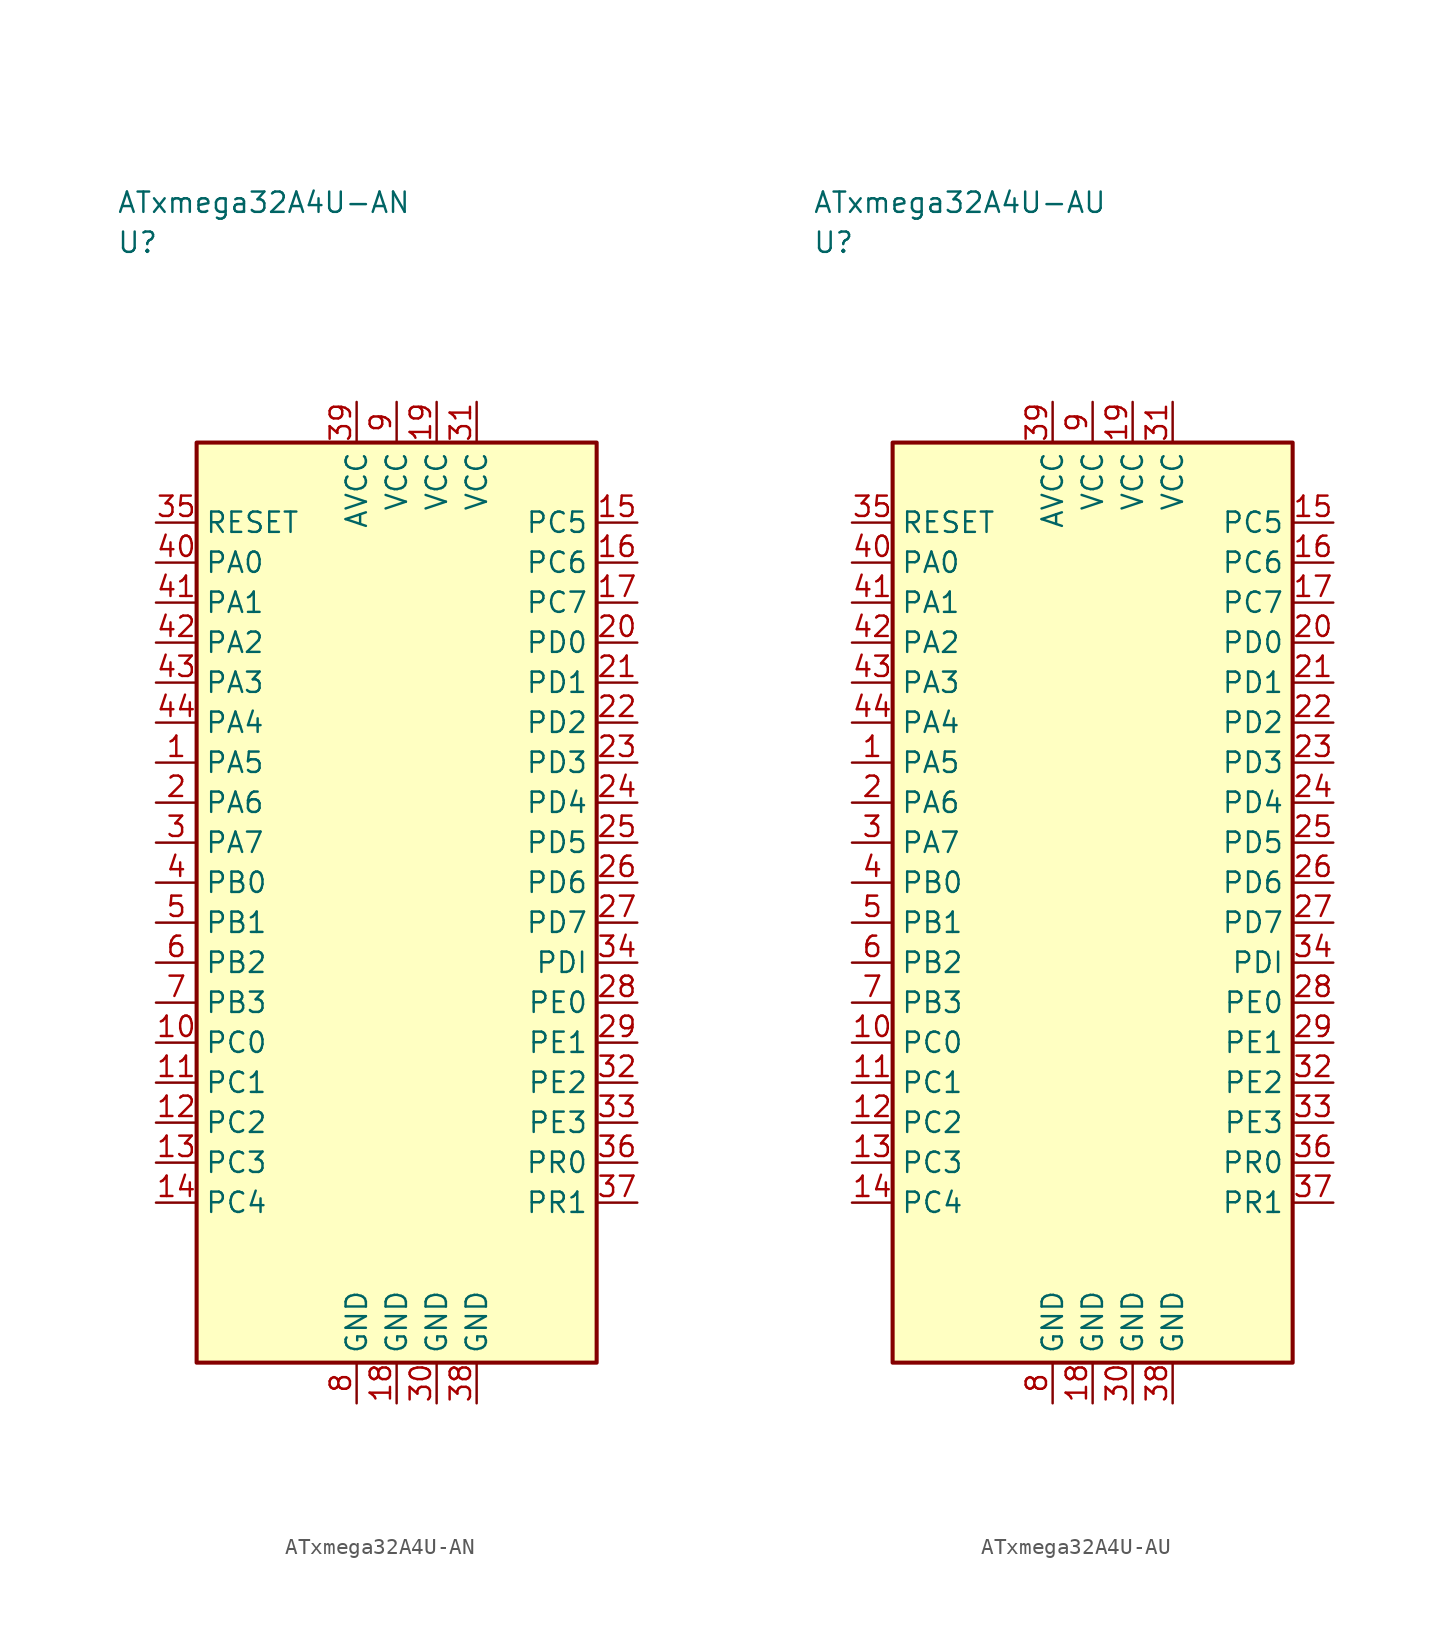
<source format=kicad_sym>
(kicad_symbol_lib
  (version 20241025)
  (generator "kicad_symbol_editor")
  (generator_version "8.0")
  (symbol "ATxmega32A4U-AN"
    (property "Reference" "U"
      (at -17.5 41.25 0)
      (effects (font (size 1.27 1.27)) (justify left)))
    (property "Value" "ATxmega32A4U-AN"
      (at -17.5 43.75 0)
      (effects (font (size 1.27 1.27)) (justify left)))
    (symbol "ATxmega32A4U-AN_0_1"
      (rectangle (start -12.5 28.75) (end 12.5 -28.75) (stroke (width 0.254) (type default)) (fill (type background))))
    (symbol "ATxmega32A4U-AN_1_1"
      (pin bidirectional line (at -15.04 8.75 0.0) (length 2.54) (name "PA5" (effects (font (size 1.27 1.27)))) (number "1" (effects (font (size 1.27 1.27)))))
      (pin bidirectional line (at -15.04 6.25 0.0) (length 2.54) (name "PA6" (effects (font (size 1.27 1.27)))) (number "2" (effects (font (size 1.27 1.27)))))
      (pin bidirectional line (at -15.04 3.75 0.0) (length 2.54) (name "PA7" (effects (font (size 1.27 1.27)))) (number "3" (effects (font (size 1.27 1.27)))))
      (pin bidirectional line (at -15.04 1.25 0.0) (length 2.54) (name "PB0" (effects (font (size 1.27 1.27)))) (number "4" (effects (font (size 1.27 1.27)))))
      (pin bidirectional line (at -15.04 -1.25 0.0) (length 2.54) (name "PB1" (effects (font (size 1.27 1.27)))) (number "5" (effects (font (size 1.27 1.27)))))
      (pin bidirectional line (at -15.04 -3.75 0.0) (length 2.54) (name "PB2" (effects (font (size 1.27 1.27)))) (number "6" (effects (font (size 1.27 1.27)))))
      (pin bidirectional line (at -15.04 -6.25 0.0) (length 2.54) (name "PB3" (effects (font (size 1.27 1.27)))) (number "7" (effects (font (size 1.27 1.27)))))
      (pin passive line (at -2.5 -31.29 90.0) (length 2.54) (name "GND" (effects (font (size 1.27 1.27)))) (number "8" (effects (font (size 1.27 1.27)))))
      (pin power_in line (at 0.0 31.29 270.0) (length 2.54) (name "VCC" (effects (font (size 1.27 1.27)))) (number "9" (effects (font (size 1.27 1.27)))))
      (pin bidirectional line (at -15.04 -8.75 0.0) (length 2.54) (name "PC0" (effects (font (size 1.27 1.27)))) (number "10" (effects (font (size 1.27 1.27)))))
      (pin bidirectional line (at -15.04 -11.25 0.0) (length 2.54) (name "PC1" (effects (font (size 1.27 1.27)))) (number "11" (effects (font (size 1.27 1.27)))))
      (pin bidirectional line (at -15.04 -13.75 0.0) (length 2.54) (name "PC2" (effects (font (size 1.27 1.27)))) (number "12" (effects (font (size 1.27 1.27)))))
      (pin bidirectional line (at -15.04 -16.25 0.0) (length 2.54) (name "PC3" (effects (font (size 1.27 1.27)))) (number "13" (effects (font (size 1.27 1.27)))))
      (pin bidirectional line (at -15.04 -18.75 0.0) (length 2.54) (name "PC4" (effects (font (size 1.27 1.27)))) (number "14" (effects (font (size 1.27 1.27)))))
      (pin bidirectional line (at 15.04 23.75 180.0) (length 2.54) (name "PC5" (effects (font (size 1.27 1.27)))) (number "15" (effects (font (size 1.27 1.27)))))
      (pin bidirectional line (at 15.04 21.25 180.0) (length 2.54) (name "PC6" (effects (font (size 1.27 1.27)))) (number "16" (effects (font (size 1.27 1.27)))))
      (pin bidirectional line (at 15.04 18.75 180.0) (length 2.54) (name "PC7" (effects (font (size 1.27 1.27)))) (number "17" (effects (font (size 1.27 1.27)))))
      (pin passive line (at 0.0 -31.29 90.0) (length 2.54) (name "GND" (effects (font (size 1.27 1.27)))) (number "18" (effects (font (size 1.27 1.27)))))
      (pin power_in line (at 2.5 31.29 270.0) (length 2.54) (name "VCC" (effects (font (size 1.27 1.27)))) (number "19" (effects (font (size 1.27 1.27)))))
      (pin bidirectional line (at 15.04 16.25 180.0) (length 2.54) (name "PD0" (effects (font (size 1.27 1.27)))) (number "20" (effects (font (size 1.27 1.27)))))
      (pin bidirectional line (at 15.04 13.75 180.0) (length 2.54) (name "PD1" (effects (font (size 1.27 1.27)))) (number "21" (effects (font (size 1.27 1.27)))))
      (pin bidirectional line (at 15.04 11.25 180.0) (length 2.54) (name "PD2" (effects (font (size 1.27 1.27)))) (number "22" (effects (font (size 1.27 1.27)))))
      (pin bidirectional line (at 15.04 8.75 180.0) (length 2.54) (name "PD3" (effects (font (size 1.27 1.27)))) (number "23" (effects (font (size 1.27 1.27)))))
      (pin bidirectional line (at 15.04 6.25 180.0) (length 2.54) (name "PD4" (effects (font (size 1.27 1.27)))) (number "24" (effects (font (size 1.27 1.27)))))
      (pin bidirectional line (at 15.04 3.75 180.0) (length 2.54) (name "PD5" (effects (font (size 1.27 1.27)))) (number "25" (effects (font (size 1.27 1.27)))))
      (pin bidirectional line (at 15.04 1.25 180.0) (length 2.54) (name "PD6" (effects (font (size 1.27 1.27)))) (number "26" (effects (font (size 1.27 1.27)))))
      (pin bidirectional line (at 15.04 -1.25 180.0) (length 2.54) (name "PD7" (effects (font (size 1.27 1.27)))) (number "27" (effects (font (size 1.27 1.27)))))
      (pin bidirectional line (at 15.04 -6.25 180.0) (length 2.54) (name "PE0" (effects (font (size 1.27 1.27)))) (number "28" (effects (font (size 1.27 1.27)))))
      (pin bidirectional line (at 15.04 -8.75 180.0) (length 2.54) (name "PE1" (effects (font (size 1.27 1.27)))) (number "29" (effects (font (size 1.27 1.27)))))
      (pin passive line (at 2.5 -31.29 90.0) (length 2.54) (name "GND" (effects (font (size 1.27 1.27)))) (number "30" (effects (font (size 1.27 1.27)))))
      (pin power_in line (at 5.0 31.29 270.0) (length 2.54) (name "VCC" (effects (font (size 1.27 1.27)))) (number "31" (effects (font (size 1.27 1.27)))))
      (pin bidirectional line (at 15.04 -11.25 180.0) (length 2.54) (name "PE2" (effects (font (size 1.27 1.27)))) (number "32" (effects (font (size 1.27 1.27)))))
      (pin bidirectional line (at 15.04 -13.75 180.0) (length 2.54) (name "PE3" (effects (font (size 1.27 1.27)))) (number "33" (effects (font (size 1.27 1.27)))))
      (pin bidirectional line (at 15.04 -3.75 180.0) (length 2.54) (name "PDI" (effects (font (size 1.27 1.27)))) (number "34" (effects (font (size 1.27 1.27)))))
      (pin input line (at -15.04 23.75 0.0) (length 2.54) (name "RESET" (effects (font (size 1.27 1.27)))) (number "35" (effects (font (size 1.27 1.27)))))
      (pin bidirectional line (at 15.04 -16.25 180.0) (length 2.54) (name "PR0" (effects (font (size 1.27 1.27)))) (number "36" (effects (font (size 1.27 1.27)))))
      (pin bidirectional line (at 15.04 -18.75 180.0) (length 2.54) (name "PR1" (effects (font (size 1.27 1.27)))) (number "37" (effects (font (size 1.27 1.27)))))
      (pin passive line (at 5.0 -31.29 90.0) (length 2.54) (name "GND" (effects (font (size 1.27 1.27)))) (number "38" (effects (font (size 1.27 1.27)))))
      (pin power_in line (at -2.5 31.29 270.0) (length 2.54) (name "AVCC" (effects (font (size 1.27 1.27)))) (number "39" (effects (font (size 1.27 1.27)))))
      (pin bidirectional line (at -15.04 21.25 0.0) (length 2.54) (name "PA0" (effects (font (size 1.27 1.27)))) (number "40" (effects (font (size 1.27 1.27)))))
      (pin bidirectional line (at -15.04 18.75 0.0) (length 2.54) (name "PA1" (effects (font (size 1.27 1.27)))) (number "41" (effects (font (size 1.27 1.27)))))
      (pin bidirectional line (at -15.04 16.25 0.0) (length 2.54) (name "PA2" (effects (font (size 1.27 1.27)))) (number "42" (effects (font (size 1.27 1.27)))))
      (pin bidirectional line (at -15.04 13.75 0.0) (length 2.54) (name "PA3" (effects (font (size 1.27 1.27)))) (number "43" (effects (font (size 1.27 1.27)))))
      (pin bidirectional line (at -15.04 11.25 0.0) (length 2.54) (name "PA4" (effects (font (size 1.27 1.27)))) (number "44" (effects (font (size 1.27 1.27)))))))
  (symbol "ATxmega32A4U-AU"
    (property "Reference" "U"
      (at -17.5 41.25 0)
      (effects (font (size 1.27 1.27)) (justify left)))
    (property "Value" "ATxmega32A4U-AU"
      (at -17.5 43.75 0)
      (effects (font (size 1.27 1.27)) (justify left)))
    (symbol "ATxmega32A4U-AU_0_1"
      (rectangle (start -12.5 28.75) (end 12.5 -28.75) (stroke (width 0.254) (type default)) (fill (type background))))
    (symbol "ATxmega32A4U-AU_1_1"
      (pin bidirectional line (at -15.04 8.75 0.0) (length 2.54) (name "PA5" (effects (font (size 1.27 1.27)))) (number "1" (effects (font (size 1.27 1.27)))))
      (pin bidirectional line (at -15.04 6.25 0.0) (length 2.54) (name "PA6" (effects (font (size 1.27 1.27)))) (number "2" (effects (font (size 1.27 1.27)))))
      (pin bidirectional line (at -15.04 3.75 0.0) (length 2.54) (name "PA7" (effects (font (size 1.27 1.27)))) (number "3" (effects (font (size 1.27 1.27)))))
      (pin bidirectional line (at -15.04 1.25 0.0) (length 2.54) (name "PB0" (effects (font (size 1.27 1.27)))) (number "4" (effects (font (size 1.27 1.27)))))
      (pin bidirectional line (at -15.04 -1.25 0.0) (length 2.54) (name "PB1" (effects (font (size 1.27 1.27)))) (number "5" (effects (font (size 1.27 1.27)))))
      (pin bidirectional line (at -15.04 -3.75 0.0) (length 2.54) (name "PB2" (effects (font (size 1.27 1.27)))) (number "6" (effects (font (size 1.27 1.27)))))
      (pin bidirectional line (at -15.04 -6.25 0.0) (length 2.54) (name "PB3" (effects (font (size 1.27 1.27)))) (number "7" (effects (font (size 1.27 1.27)))))
      (pin passive line (at -2.5 -31.29 90.0) (length 2.54) (name "GND" (effects (font (size 1.27 1.27)))) (number "8" (effects (font (size 1.27 1.27)))))
      (pin power_in line (at 0.0 31.29 270.0) (length 2.54) (name "VCC" (effects (font (size 1.27 1.27)))) (number "9" (effects (font (size 1.27 1.27)))))
      (pin bidirectional line (at -15.04 -8.75 0.0) (length 2.54) (name "PC0" (effects (font (size 1.27 1.27)))) (number "10" (effects (font (size 1.27 1.27)))))
      (pin bidirectional line (at -15.04 -11.25 0.0) (length 2.54) (name "PC1" (effects (font (size 1.27 1.27)))) (number "11" (effects (font (size 1.27 1.27)))))
      (pin bidirectional line (at -15.04 -13.75 0.0) (length 2.54) (name "PC2" (effects (font (size 1.27 1.27)))) (number "12" (effects (font (size 1.27 1.27)))))
      (pin bidirectional line (at -15.04 -16.25 0.0) (length 2.54) (name "PC3" (effects (font (size 1.27 1.27)))) (number "13" (effects (font (size 1.27 1.27)))))
      (pin bidirectional line (at -15.04 -18.75 0.0) (length 2.54) (name "PC4" (effects (font (size 1.27 1.27)))) (number "14" (effects (font (size 1.27 1.27)))))
      (pin bidirectional line (at 15.04 23.75 180.0) (length 2.54) (name "PC5" (effects (font (size 1.27 1.27)))) (number "15" (effects (font (size 1.27 1.27)))))
      (pin bidirectional line (at 15.04 21.25 180.0) (length 2.54) (name "PC6" (effects (font (size 1.27 1.27)))) (number "16" (effects (font (size 1.27 1.27)))))
      (pin bidirectional line (at 15.04 18.75 180.0) (length 2.54) (name "PC7" (effects (font (size 1.27 1.27)))) (number "17" (effects (font (size 1.27 1.27)))))
      (pin passive line (at 0.0 -31.29 90.0) (length 2.54) (name "GND" (effects (font (size 1.27 1.27)))) (number "18" (effects (font (size 1.27 1.27)))))
      (pin power_in line (at 2.5 31.29 270.0) (length 2.54) (name "VCC" (effects (font (size 1.27 1.27)))) (number "19" (effects (font (size 1.27 1.27)))))
      (pin bidirectional line (at 15.04 16.25 180.0) (length 2.54) (name "PD0" (effects (font (size 1.27 1.27)))) (number "20" (effects (font (size 1.27 1.27)))))
      (pin bidirectional line (at 15.04 13.75 180.0) (length 2.54) (name "PD1" (effects (font (size 1.27 1.27)))) (number "21" (effects (font (size 1.27 1.27)))))
      (pin bidirectional line (at 15.04 11.25 180.0) (length 2.54) (name "PD2" (effects (font (size 1.27 1.27)))) (number "22" (effects (font (size 1.27 1.27)))))
      (pin bidirectional line (at 15.04 8.75 180.0) (length 2.54) (name "PD3" (effects (font (size 1.27 1.27)))) (number "23" (effects (font (size 1.27 1.27)))))
      (pin bidirectional line (at 15.04 6.25 180.0) (length 2.54) (name "PD4" (effects (font (size 1.27 1.27)))) (number "24" (effects (font (size 1.27 1.27)))))
      (pin bidirectional line (at 15.04 3.75 180.0) (length 2.54) (name "PD5" (effects (font (size 1.27 1.27)))) (number "25" (effects (font (size 1.27 1.27)))))
      (pin bidirectional line (at 15.04 1.25 180.0) (length 2.54) (name "PD6" (effects (font (size 1.27 1.27)))) (number "26" (effects (font (size 1.27 1.27)))))
      (pin bidirectional line (at 15.04 -1.25 180.0) (length 2.54) (name "PD7" (effects (font (size 1.27 1.27)))) (number "27" (effects (font (size 1.27 1.27)))))
      (pin bidirectional line (at 15.04 -6.25 180.0) (length 2.54) (name "PE0" (effects (font (size 1.27 1.27)))) (number "28" (effects (font (size 1.27 1.27)))))
      (pin bidirectional line (at 15.04 -8.75 180.0) (length 2.54) (name "PE1" (effects (font (size 1.27 1.27)))) (number "29" (effects (font (size 1.27 1.27)))))
      (pin passive line (at 2.5 -31.29 90.0) (length 2.54) (name "GND" (effects (font (size 1.27 1.27)))) (number "30" (effects (font (size 1.27 1.27)))))
      (pin power_in line (at 5.0 31.29 270.0) (length 2.54) (name "VCC" (effects (font (size 1.27 1.27)))) (number "31" (effects (font (size 1.27 1.27)))))
      (pin bidirectional line (at 15.04 -11.25 180.0) (length 2.54) (name "PE2" (effects (font (size 1.27 1.27)))) (number "32" (effects (font (size 1.27 1.27)))))
      (pin bidirectional line (at 15.04 -13.75 180.0) (length 2.54) (name "PE3" (effects (font (size 1.27 1.27)))) (number "33" (effects (font (size 1.27 1.27)))))
      (pin bidirectional line (at 15.04 -3.75 180.0) (length 2.54) (name "PDI" (effects (font (size 1.27 1.27)))) (number "34" (effects (font (size 1.27 1.27)))))
      (pin input line (at -15.04 23.75 0.0) (length 2.54) (name "RESET" (effects (font (size 1.27 1.27)))) (number "35" (effects (font (size 1.27 1.27)))))
      (pin bidirectional line (at 15.04 -16.25 180.0) (length 2.54) (name "PR0" (effects (font (size 1.27 1.27)))) (number "36" (effects (font (size 1.27 1.27)))))
      (pin bidirectional line (at 15.04 -18.75 180.0) (length 2.54) (name "PR1" (effects (font (size 1.27 1.27)))) (number "37" (effects (font (size 1.27 1.27)))))
      (pin passive line (at 5.0 -31.29 90.0) (length 2.54) (name "GND" (effects (font (size 1.27 1.27)))) (number "38" (effects (font (size 1.27 1.27)))))
      (pin power_in line (at -2.5 31.29 270.0) (length 2.54) (name "AVCC" (effects (font (size 1.27 1.27)))) (number "39" (effects (font (size 1.27 1.27)))))
      (pin bidirectional line (at -15.04 21.25 0.0) (length 2.54) (name "PA0" (effects (font (size 1.27 1.27)))) (number "40" (effects (font (size 1.27 1.27)))))
      (pin bidirectional line (at -15.04 18.75 0.0) (length 2.54) (name "PA1" (effects (font (size 1.27 1.27)))) (number "41" (effects (font (size 1.27 1.27)))))
      (pin bidirectional line (at -15.04 16.25 0.0) (length 2.54) (name "PA2" (effects (font (size 1.27 1.27)))) (number "42" (effects (font (size 1.27 1.27)))))
      (pin bidirectional line (at -15.04 13.75 0.0) (length 2.54) (name "PA3" (effects (font (size 1.27 1.27)))) (number "43" (effects (font (size 1.27 1.27)))))
      (pin bidirectional line (at -15.04 11.25 0.0) (length 2.54) (name "PA4" (effects (font (size 1.27 1.27)))) (number "44" (effects (font (size 1.27 1.27))))))))
</source>
